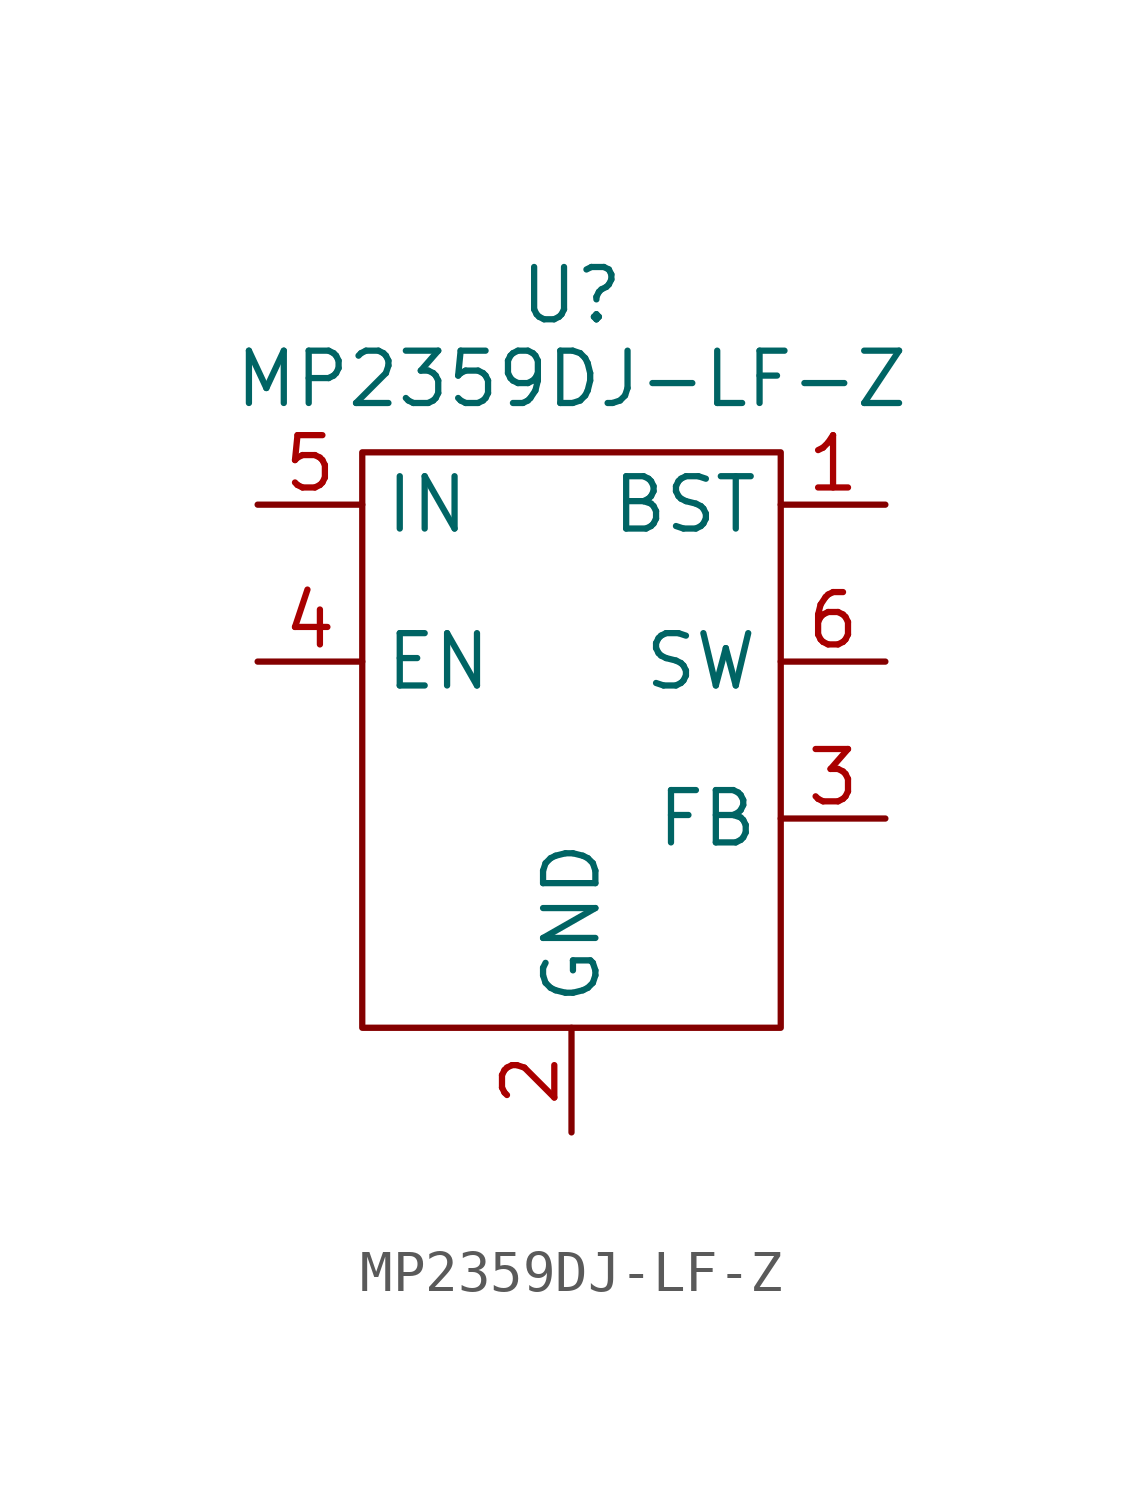
<source format=kicad_sym>
(kicad_symbol_lib
  (version 20241209)
  (generator "kicad_symbol_editor")
  (generator_version "9.0")
  (symbol "MP2359DJ-LF-Z"
    (property "Reference" "U"
      (at 0 8.89 0)
      (effects (font (size 1.27 1.27))))
    (property "Value" "MP2359DJ-LF-Z"
      (at 0 6.858 0)
      (effects (font (size 1.27 1.27))))
    (symbol "MP2359DJ-LF-Z_0_1"
      (rectangle (start -5.08 5.08) (end 5.08 -8.89) (stroke (width 0) (type default)) (fill (type none))))
    (symbol "MP2359DJ-LF-Z_1_1"
      (pin power_in line (at -7.62 3.81 0) (length 2.54) (name "IN" (effects (font (size 1.27 1.27)))) (number "5" (effects (font (size 1.27 1.27)))))
      (pin input line (at -7.62 0 0) (length 2.54) (name "EN" (effects (font (size 1.27 1.27)))) (number "4" (effects (font (size 1.27 1.27)))))
      (pin power_in line (at 0 -11.43 90) (length 2.54) (name "GND" (effects (font (size 1.27 1.27)))) (number "2" (effects (font (size 1.27 1.27)))))
      (pin passive line (at 7.62 3.81 180) (length 2.54) (name "BST" (effects (font (size 1.27 1.27)))) (number "1" (effects (font (size 1.27 1.27)))))
      (pin power_out line (at 7.62 0 180) (length 2.54) (name "SW" (effects (font (size 1.27 1.27)))) (number "6" (effects (font (size 1.27 1.27)))))
      (pin input line (at 7.62 -3.81 180) (length 2.54) (name "FB" (effects (font (size 1.27 1.27)))) (number "3" (effects (font (size 1.27 1.27))))))))
</source>
